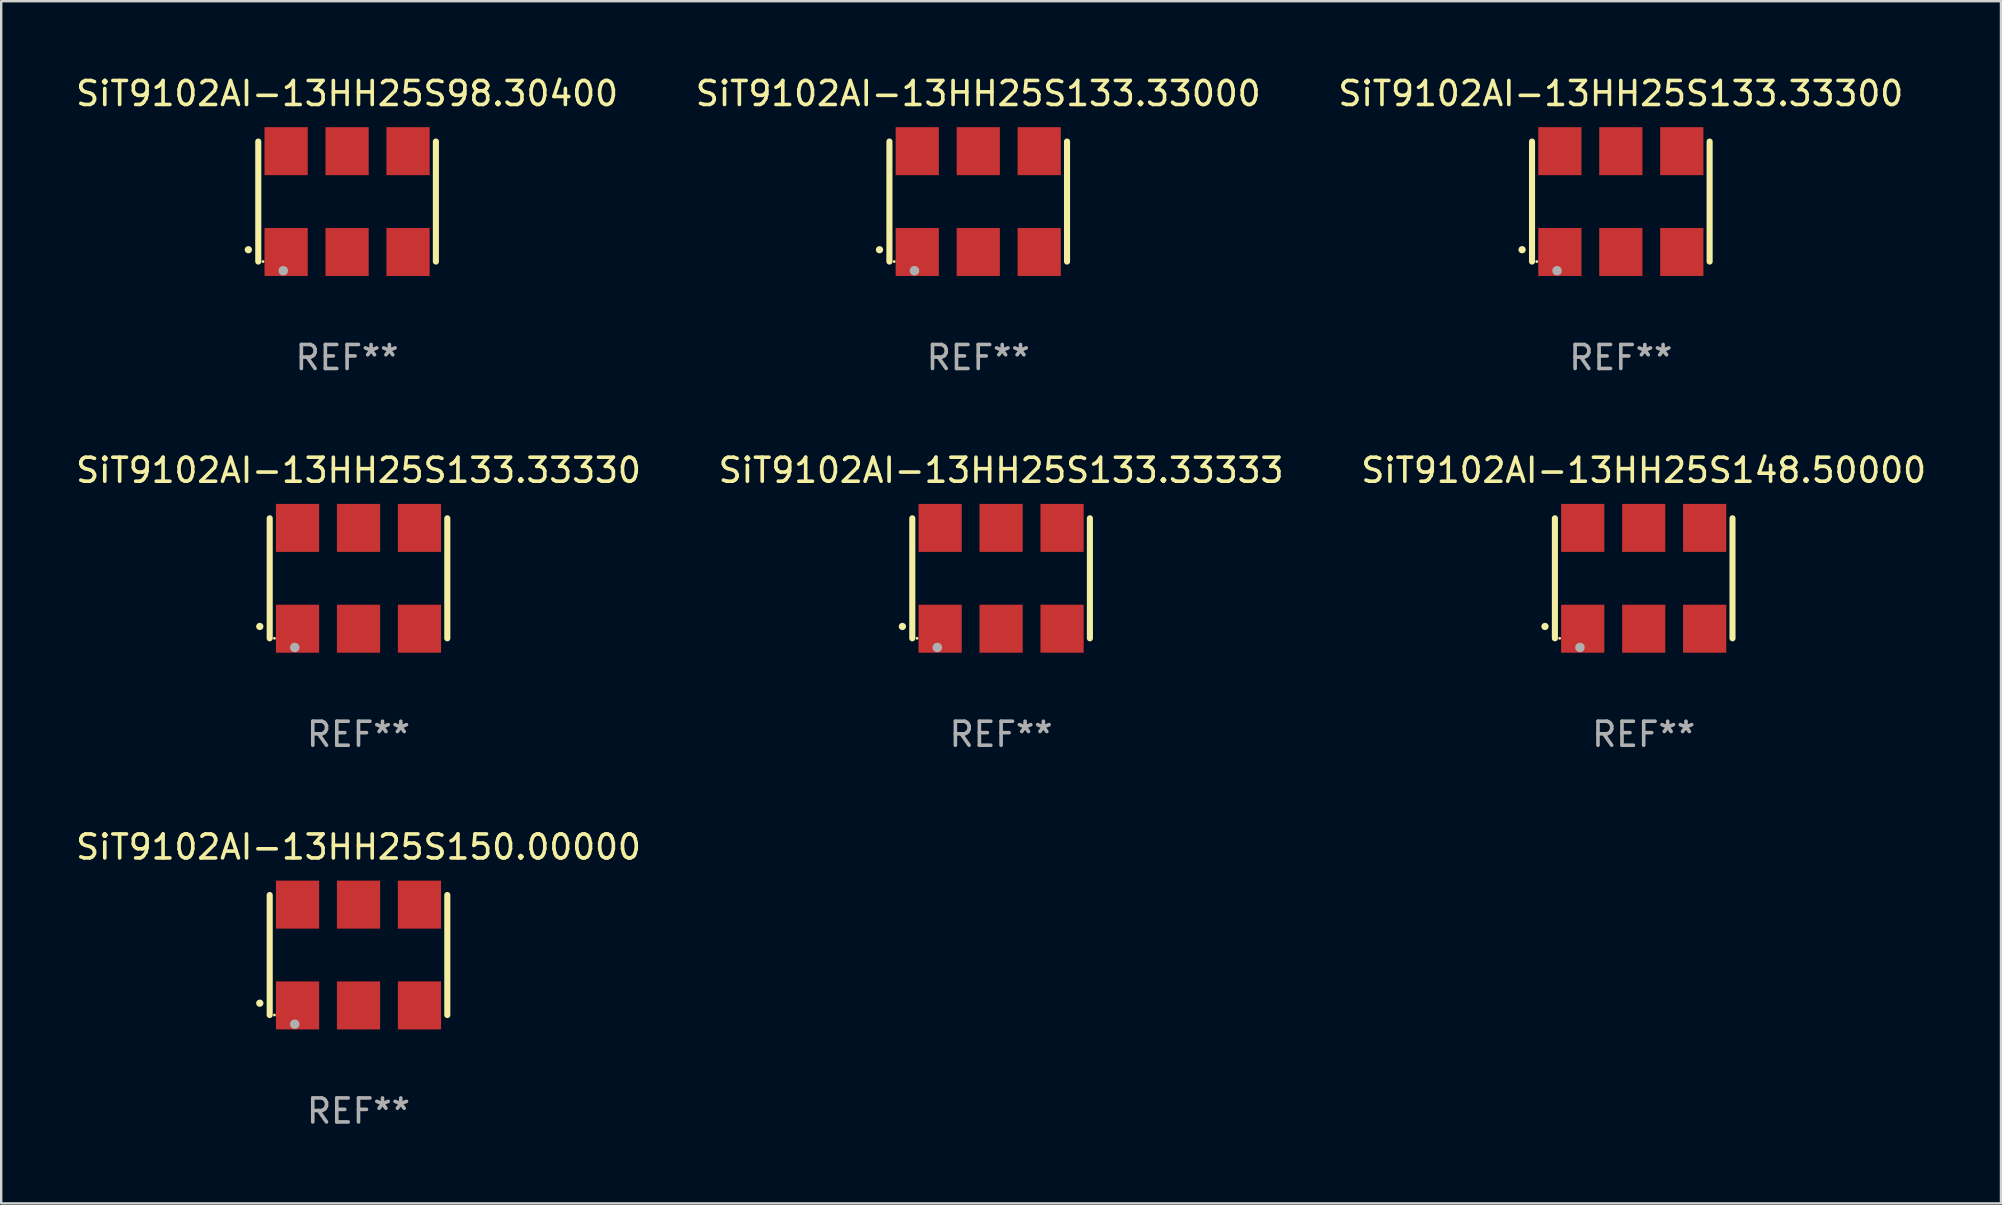
<source format=kicad_pcb>
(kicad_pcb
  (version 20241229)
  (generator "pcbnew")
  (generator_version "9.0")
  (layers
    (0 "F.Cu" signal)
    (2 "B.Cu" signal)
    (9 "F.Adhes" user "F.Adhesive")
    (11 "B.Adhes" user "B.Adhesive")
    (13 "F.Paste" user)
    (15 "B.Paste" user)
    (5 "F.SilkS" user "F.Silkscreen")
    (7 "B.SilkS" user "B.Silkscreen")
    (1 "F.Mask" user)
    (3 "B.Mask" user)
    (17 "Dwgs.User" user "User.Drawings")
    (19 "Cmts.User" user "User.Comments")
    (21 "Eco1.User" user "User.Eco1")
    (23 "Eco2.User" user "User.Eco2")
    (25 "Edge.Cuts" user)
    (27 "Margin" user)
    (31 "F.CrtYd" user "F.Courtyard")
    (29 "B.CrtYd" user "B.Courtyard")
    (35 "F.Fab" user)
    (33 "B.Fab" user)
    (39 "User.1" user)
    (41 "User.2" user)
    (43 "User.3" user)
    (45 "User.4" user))
  (footprint "SiT9102AI-13HH25S150.00000"
    (layer "F.Cu")
    (at 11.887 36.741)
    (property "Reference" "SiT9102AI-13HH25S150.00000" (at 0 -4.5 0) (layer "F.SilkS") (effects (font (size 1 1) (thickness 0.15))))
    (attr through_hole)
    (fp_line (start -3.7 -2.5) (end -3.7 2.5) (stroke (width 0.254) (type solid)) (layer "F.SilkS"))
    (fp_line (start 3.7 -2.5) (end 3.7 2.5) (stroke (width 0.254) (type solid)) (layer "F.SilkS"))
    (fp_arc (start -4.114415 2.006604) (mid -4.113145 2.006599) (end -4.111875 2.006604) (stroke (width 0.3) (type solid)) (layer "F.SilkS"))
    (fp_circle (center -3.502 2.5) (end -3.472 2.5) (stroke (width 0.06) (type solid)) (fill no) (layer "F.SilkS"))
    (fp_circle (center -2.657 2.882) (end -2.557 2.882) (stroke (width 0.2) (type solid)) (fill no) (layer "F.Fab"))
    (fp_text user "REF**" (at 0 6.5 0) (layer "F.Fab") (effects (font (size 1 1) (thickness 0.15))))
    (pad "1" smd rect (at -2.54 2.1) (size 1.8 2) (layers "F.Cu" "F.Mask" "F.Paste"))
    (pad "2" smd rect (at 0.000394 2.1) (size 1.8 2) (layers "F.Cu" "F.Mask" "F.Paste"))
    (pad "3" smd rect (at 2.54 2.1) (size 1.8 2) (layers "F.Cu" "F.Mask" "F.Paste"))
    (pad "4" smd rect (at 2.54 -2.1) (size 1.8 2) (layers "F.Cu" "F.Mask" "F.Paste"))
    (pad "5" smd rect (at 0.000394 -2.1) (size 1.8 2) (layers "F.Cu" "F.Mask" "F.Paste"))
    (pad "6" smd rect (at -2.54 -2.1) (size 1.8 2) (layers "F.Cu" "F.Mask" "F.Paste")))
  (footprint "SiT9102AI-13HH25S148.50000"
    (layer "F.Cu")
    (at 65.435 21.045)
    (property "Reference" "SiT9102AI-13HH25S148.50000" (at 0 -4.5 0) (layer "F.SilkS") (effects (font (size 1 1) (thickness 0.15))))
    (attr through_hole)
    (fp_line (start -3.7 -2.5) (end -3.7 2.5) (stroke (width 0.254) (type solid)) (layer "F.SilkS"))
    (fp_line (start 3.7 -2.5) (end 3.7 2.5) (stroke (width 0.254) (type solid)) (layer "F.SilkS"))
    (fp_arc (start -4.114415 2.006604) (mid -4.113145 2.006599) (end -4.111875 2.006604) (stroke (width 0.3) (type solid)) (layer "F.SilkS"))
    (fp_circle (center -3.502 2.5) (end -3.472 2.5) (stroke (width 0.06) (type solid)) (fill no) (layer "F.SilkS"))
    (fp_circle (center -2.657 2.882) (end -2.557 2.882) (stroke (width 0.2) (type solid)) (fill no) (layer "F.Fab"))
    (fp_text user "REF**" (at 0 6.5 0) (layer "F.Fab") (effects (font (size 1 1) (thickness 0.15))))
    (pad "1" smd rect (at -2.54 2.1) (size 1.8 2) (layers "F.Cu" "F.Mask" "F.Paste"))
    (pad "2" smd rect (at 0.000394 2.1) (size 1.8 2) (layers "F.Cu" "F.Mask" "F.Paste"))
    (pad "3" smd rect (at 2.54 2.1) (size 1.8 2) (layers "F.Cu" "F.Mask" "F.Paste"))
    (pad "4" smd rect (at 2.54 -2.1) (size 1.8 2) (layers "F.Cu" "F.Mask" "F.Paste"))
    (pad "5" smd rect (at 0.000394 -2.1) (size 1.8 2) (layers "F.Cu" "F.Mask" "F.Paste"))
    (pad "6" smd rect (at -2.54 -2.1) (size 1.8 2) (layers "F.Cu" "F.Mask" "F.Paste")))
  (footprint "SiT9102AI-13HH25S98.30400"
    (layer "F.Cu")
    (at 11.411 5.348)
    (property "Reference" "SiT9102AI-13HH25S98.30400" (at 0 -4.5 0) (layer "F.SilkS") (effects (font (size 1 1) (thickness 0.15))))
    (attr through_hole)
    (fp_line (start -3.7 -2.5) (end -3.7 2.5) (stroke (width 0.254) (type solid)) (layer "F.SilkS"))
    (fp_line (start 3.7 -2.5) (end 3.7 2.5) (stroke (width 0.254) (type solid)) (layer "F.SilkS"))
    (fp_arc (start -4.114415 2.006604) (mid -4.113145 2.006599) (end -4.111875 2.006604) (stroke (width 0.3) (type solid)) (layer "F.SilkS"))
    (fp_circle (center -3.502 2.5) (end -3.472 2.5) (stroke (width 0.06) (type solid)) (fill no) (layer "F.SilkS"))
    (fp_circle (center -2.657 2.882) (end -2.557 2.882) (stroke (width 0.2) (type solid)) (fill no) (layer "F.Fab"))
    (fp_text user "REF**" (at 0 6.5 0) (layer "F.Fab") (effects (font (size 1 1) (thickness 0.15))))
    (pad "1" smd rect (at -2.54 2.1) (size 1.8 2) (layers "F.Cu" "F.Mask" "F.Paste"))
    (pad "2" smd rect (at 0.000394 2.1) (size 1.8 2) (layers "F.Cu" "F.Mask" "F.Paste"))
    (pad "3" smd rect (at 2.54 2.1) (size 1.8 2) (layers "F.Cu" "F.Mask" "F.Paste"))
    (pad "4" smd rect (at 2.54 -2.1) (size 1.8 2) (layers "F.Cu" "F.Mask" "F.Paste"))
    (pad "5" smd rect (at 0.000394 -2.1) (size 1.8 2) (layers "F.Cu" "F.Mask" "F.Paste"))
    (pad "6" smd rect (at -2.54 -2.1) (size 1.8 2) (layers "F.Cu" "F.Mask" "F.Paste")))
  (footprint "SiT9102AI-13HH25S133.33333"
    (layer "F.Cu")
    (at 38.661 21.045)
    (property "Reference" "SiT9102AI-13HH25S133.33333" (at 0 -4.5 0) (layer "F.SilkS") (effects (font (size 1 1) (thickness 0.15))))
    (attr through_hole)
    (fp_line (start -3.7 -2.5) (end -3.7 2.5) (stroke (width 0.254) (type solid)) (layer "F.SilkS"))
    (fp_line (start 3.7 -2.5) (end 3.7 2.5) (stroke (width 0.254) (type solid)) (layer "F.SilkS"))
    (fp_arc (start -4.114415 2.006604) (mid -4.113145 2.006599) (end -4.111875 2.006604) (stroke (width 0.3) (type solid)) (layer "F.SilkS"))
    (fp_circle (center -3.502 2.5) (end -3.472 2.5) (stroke (width 0.06) (type solid)) (fill no) (layer "F.SilkS"))
    (fp_circle (center -2.657 2.882) (end -2.557 2.882) (stroke (width 0.2) (type solid)) (fill no) (layer "F.Fab"))
    (fp_text user "REF**" (at 0 6.5 0) (layer "F.Fab") (effects (font (size 1 1) (thickness 0.15))))
    (pad "1" smd rect (at -2.54 2.1) (size 1.8 2) (layers "F.Cu" "F.Mask" "F.Paste"))
    (pad "2" smd rect (at 0.000394 2.1) (size 1.8 2) (layers "F.Cu" "F.Mask" "F.Paste"))
    (pad "3" smd rect (at 2.54 2.1) (size 1.8 2) (layers "F.Cu" "F.Mask" "F.Paste"))
    (pad "4" smd rect (at 2.54 -2.1) (size 1.8 2) (layers "F.Cu" "F.Mask" "F.Paste"))
    (pad "5" smd rect (at 0.000394 -2.1) (size 1.8 2) (layers "F.Cu" "F.Mask" "F.Paste"))
    (pad "6" smd rect (at -2.54 -2.1) (size 1.8 2) (layers "F.Cu" "F.Mask" "F.Paste")))
  (footprint "SiT9102AI-13HH25S133.33300"
    (layer "F.Cu")
    (at 64.482 5.348)
    (property "Reference" "SiT9102AI-13HH25S133.33300" (at 0 -4.5 0) (layer "F.SilkS") (effects (font (size 1 1) (thickness 0.15))))
    (attr through_hole)
    (fp_line (start -3.7 -2.5) (end -3.7 2.5) (stroke (width 0.254) (type solid)) (layer "F.SilkS"))
    (fp_line (start 3.7 -2.5) (end 3.7 2.5) (stroke (width 0.254) (type solid)) (layer "F.SilkS"))
    (fp_arc (start -4.114415 2.006604) (mid -4.113145 2.006599) (end -4.111875 2.006604) (stroke (width 0.3) (type solid)) (layer "F.SilkS"))
    (fp_circle (center -3.502 2.5) (end -3.472 2.5) (stroke (width 0.06) (type solid)) (fill no) (layer "F.SilkS"))
    (fp_circle (center -2.657 2.882) (end -2.557 2.882) (stroke (width 0.2) (type solid)) (fill no) (layer "F.Fab"))
    (fp_text user "REF**" (at 0 6.5 0) (layer "F.Fab") (effects (font (size 1 1) (thickness 0.15))))
    (pad "1" smd rect (at -2.54 2.1) (size 1.8 2) (layers "F.Cu" "F.Mask" "F.Paste"))
    (pad "2" smd rect (at 0.000394 2.1) (size 1.8 2) (layers "F.Cu" "F.Mask" "F.Paste"))
    (pad "3" smd rect (at 2.54 2.1) (size 1.8 2) (layers "F.Cu" "F.Mask" "F.Paste"))
    (pad "4" smd rect (at 2.54 -2.1) (size 1.8 2) (layers "F.Cu" "F.Mask" "F.Paste"))
    (pad "5" smd rect (at 0.000394 -2.1) (size 1.8 2) (layers "F.Cu" "F.Mask" "F.Paste"))
    (pad "6" smd rect (at -2.54 -2.1) (size 1.8 2) (layers "F.Cu" "F.Mask" "F.Paste")))
  (footprint "SiT9102AI-13HH25S133.33330"
    (layer "F.Cu")
    (at 11.887 21.045)
    (property "Reference" "SiT9102AI-13HH25S133.33330" (at 0 -4.5 0) (layer "F.SilkS") (effects (font (size 1 1) (thickness 0.15))))
    (attr through_hole)
    (fp_line (start -3.7 -2.5) (end -3.7 2.5) (stroke (width 0.254) (type solid)) (layer "F.SilkS"))
    (fp_line (start 3.7 -2.5) (end 3.7 2.5) (stroke (width 0.254) (type solid)) (layer "F.SilkS"))
    (fp_arc (start -4.114415 2.006604) (mid -4.113145 2.006599) (end -4.111875 2.006604) (stroke (width 0.3) (type solid)) (layer "F.SilkS"))
    (fp_circle (center -3.502 2.5) (end -3.472 2.5) (stroke (width 0.06) (type solid)) (fill no) (layer "F.SilkS"))
    (fp_circle (center -2.657 2.882) (end -2.557 2.882) (stroke (width 0.2) (type solid)) (fill no) (layer "F.Fab"))
    (fp_text user "REF**" (at 0 6.5 0) (layer "F.Fab") (effects (font (size 1 1) (thickness 0.15))))
    (pad "1" smd rect (at -2.54 2.1) (size 1.8 2) (layers "F.Cu" "F.Mask" "F.Paste"))
    (pad "2" smd rect (at 0.000394 2.1) (size 1.8 2) (layers "F.Cu" "F.Mask" "F.Paste"))
    (pad "3" smd rect (at 2.54 2.1) (size 1.8 2) (layers "F.Cu" "F.Mask" "F.Paste"))
    (pad "4" smd rect (at 2.54 -2.1) (size 1.8 2) (layers "F.Cu" "F.Mask" "F.Paste"))
    (pad "5" smd rect (at 0.000394 -2.1) (size 1.8 2) (layers "F.Cu" "F.Mask" "F.Paste"))
    (pad "6" smd rect (at -2.54 -2.1) (size 1.8 2) (layers "F.Cu" "F.Mask" "F.Paste")))
  (footprint "SiT9102AI-13HH25S133.33000"
    (layer "F.Cu")
    (at 37.708 5.348)
    (property "Reference" "SiT9102AI-13HH25S133.33000" (at 0 -4.5 0) (layer "F.SilkS") (effects (font (size 1 1) (thickness 0.15))))
    (attr through_hole)
    (fp_line (start -3.7 -2.5) (end -3.7 2.5) (stroke (width 0.254) (type solid)) (layer "F.SilkS"))
    (fp_line (start 3.7 -2.5) (end 3.7 2.5) (stroke (width 0.254) (type solid)) (layer "F.SilkS"))
    (fp_arc (start -4.114415 2.006604) (mid -4.113145 2.006599) (end -4.111875 2.006604) (stroke (width 0.3) (type solid)) (layer "F.SilkS"))
    (fp_circle (center -3.502 2.5) (end -3.472 2.5) (stroke (width 0.06) (type solid)) (fill no) (layer "F.SilkS"))
    (fp_circle (center -2.657 2.882) (end -2.557 2.882) (stroke (width 0.2) (type solid)) (fill no) (layer "F.Fab"))
    (fp_text user "REF**" (at 0 6.5 0) (layer "F.Fab") (effects (font (size 1 1) (thickness 0.15))))
    (pad "1" smd rect (at -2.54 2.1) (size 1.8 2) (layers "F.Cu" "F.Mask" "F.Paste"))
    (pad "2" smd rect (at 0.000394 2.1) (size 1.8 2) (layers "F.Cu" "F.Mask" "F.Paste"))
    (pad "3" smd rect (at 2.54 2.1) (size 1.8 2) (layers "F.Cu" "F.Mask" "F.Paste"))
    (pad "4" smd rect (at 2.54 -2.1) (size 1.8 2) (layers "F.Cu" "F.Mask" "F.Paste"))
    (pad "5" smd rect (at 0.000394 -2.1) (size 1.8 2) (layers "F.Cu" "F.Mask" "F.Paste"))
    (pad "6" smd rect (at -2.54 -2.1) (size 1.8 2) (layers "F.Cu" "F.Mask" "F.Paste")))
  (gr_rect
    (start -3 -3)
    (end 80.321 47.09)
    (stroke (width 0.1) (type default))
    (fill no)
    (layer "Edge.Cuts")))
</source>
